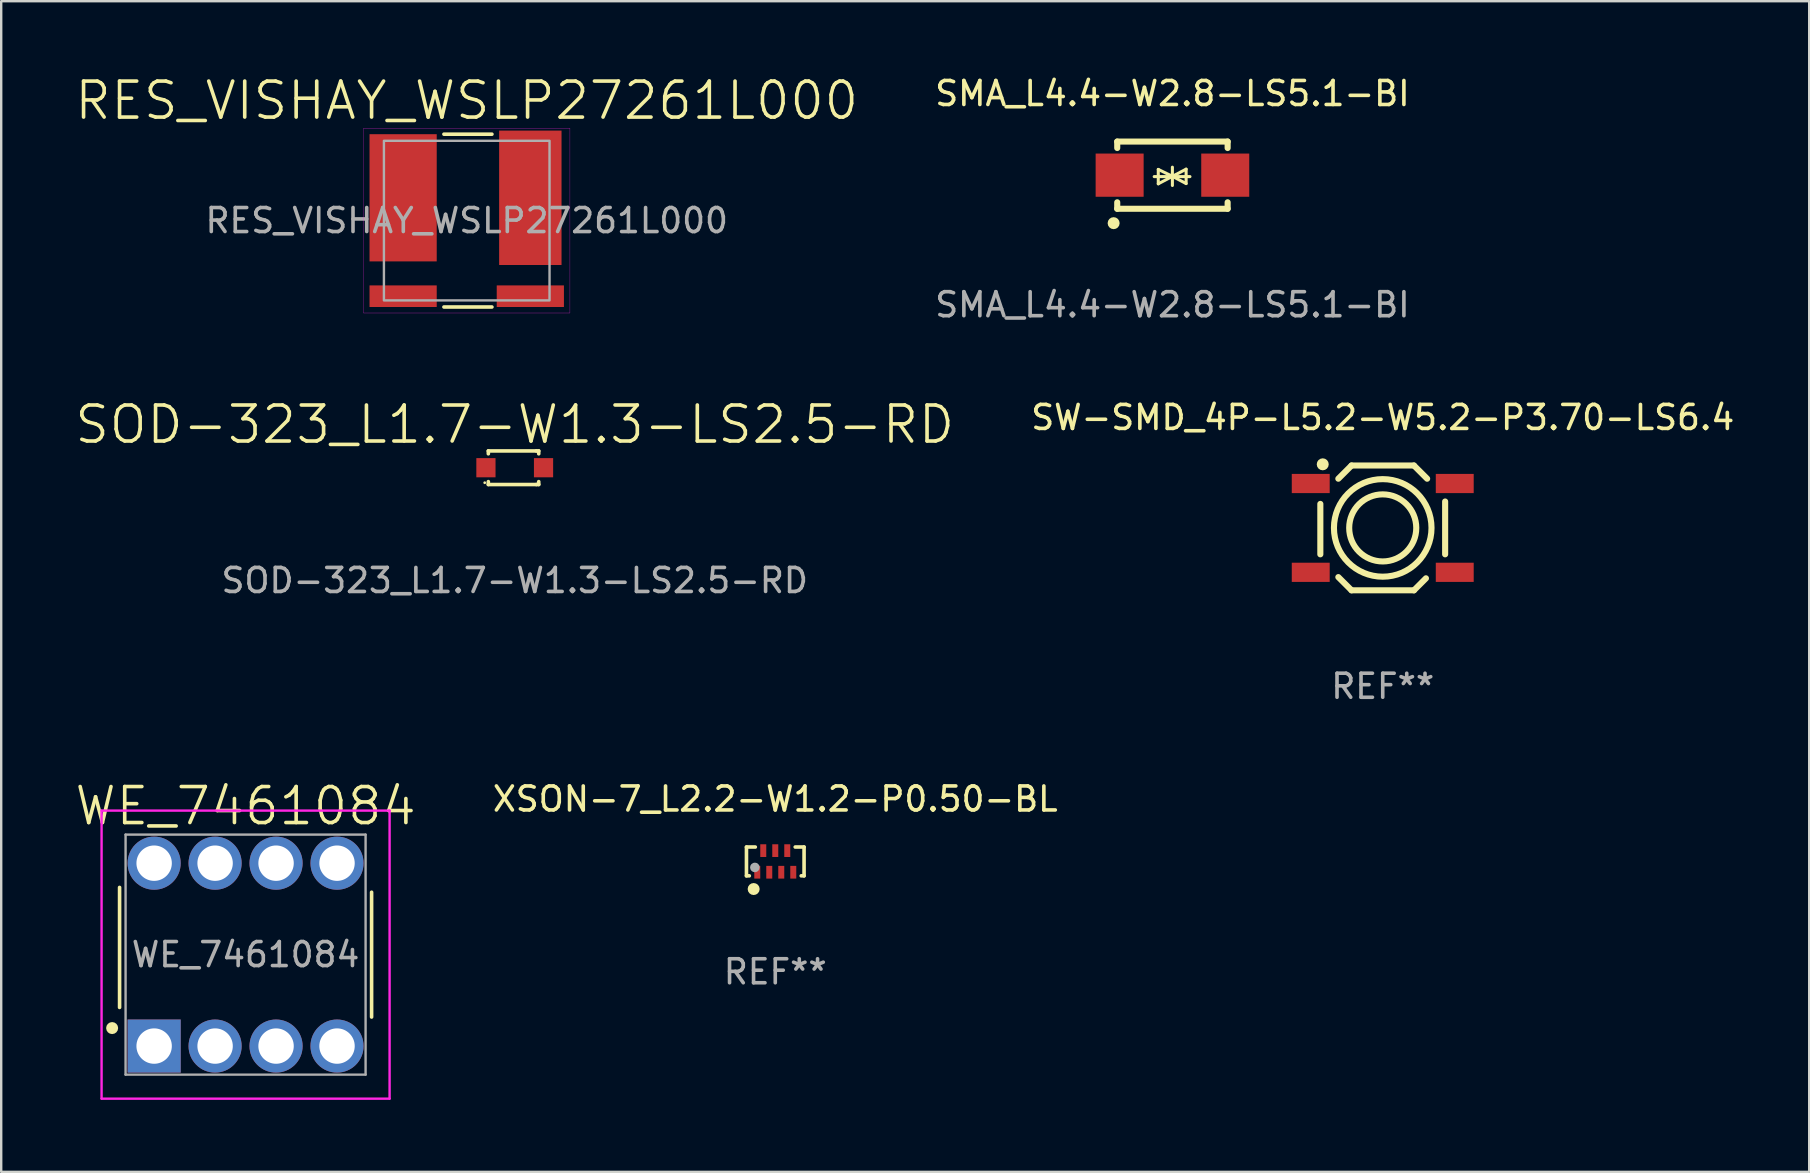
<source format=kicad_pcb>
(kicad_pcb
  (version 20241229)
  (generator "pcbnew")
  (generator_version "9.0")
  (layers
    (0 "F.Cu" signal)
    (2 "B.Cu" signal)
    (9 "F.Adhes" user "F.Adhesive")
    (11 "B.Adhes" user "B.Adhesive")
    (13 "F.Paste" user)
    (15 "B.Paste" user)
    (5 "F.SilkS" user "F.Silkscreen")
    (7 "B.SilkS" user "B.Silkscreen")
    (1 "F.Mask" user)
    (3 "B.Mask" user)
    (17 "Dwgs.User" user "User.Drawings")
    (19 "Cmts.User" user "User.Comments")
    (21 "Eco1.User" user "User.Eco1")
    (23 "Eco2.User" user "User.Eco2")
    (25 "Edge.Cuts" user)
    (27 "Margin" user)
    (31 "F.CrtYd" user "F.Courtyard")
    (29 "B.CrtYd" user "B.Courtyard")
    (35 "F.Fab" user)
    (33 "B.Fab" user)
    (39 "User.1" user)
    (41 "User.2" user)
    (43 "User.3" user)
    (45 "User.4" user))
  (footprint "SMA_L4.4-W2.8-LS5.1-BI"
    (layer "F.Cu")
    (at 45.799 4.248)
    (property "Reference" "SMA_L4.4-W2.8-LS5.1-BI" (at 0 -3.4 0) (layer "F.SilkS") (effects (font (size 1 1) (thickness 0.15))))
    (attr smd)
    (fp_line (start -2.3 -1.4) (end -2.3 -1.131) (stroke (width 0.254) (type solid)) (layer "F.SilkS"))
    (fp_line (start -2.3 -1.4) (end 2.3 -1.4) (stroke (width 0.254) (type solid)) (layer "F.SilkS"))
    (fp_line (start -2.3 1.131) (end -2.3 1.4) (stroke (width 0.254) (type solid)) (layer "F.SilkS"))
    (fp_line (start -2.3 1.4) (end 2.3 1.4) (stroke (width 0.254) (type solid)) (layer "F.SilkS"))
    (fp_line (start -0.76 0.06) (end 0.73 0.06) (stroke (width 0.127) (type solid)) (layer "F.SilkS"))
    (fp_line (start -0.59 -0.24) (end -0.59 0.36) (stroke (width 0.127) (type solid)) (layer "F.SilkS"))
    (fp_line (start -0.59 -0.24) (end -0.002 0.049) (stroke (width 0.127) (type solid)) (layer "F.SilkS"))
    (fp_line (start -0.59 0.36) (end -0.002 0.049) (stroke (width 0.127) (type solid)) (layer "F.SilkS"))
    (fp_line (start -0.002 0.049) (end -0.002 -0.332) (stroke (width 0.127) (type solid)) (layer "F.SilkS"))
    (fp_line (start -0.002 0.049) (end -0.002 0.43) (stroke (width 0.127) (type solid)) (layer "F.SilkS"))
    (fp_line (start 0.57 -0.25) (end -0.002 0.049) (stroke (width 0.127) (type solid)) (layer "F.SilkS"))
    (fp_line (start 0.57 -0.25) (end 0.57 0.35) (stroke (width 0.127) (type solid)) (layer "F.SilkS"))
    (fp_line (start 0.57 0.35) (end -0.002 0.049) (stroke (width 0.127) (type solid)) (layer "F.SilkS"))
    (fp_line (start 2.3 -1.4) (end 2.3 -1.131) (stroke (width 0.254) (type solid)) (layer "F.SilkS"))
    (fp_line (start 2.3 1.131) (end 2.3 1.4) (stroke (width 0.254) (type solid)) (layer "F.SilkS"))
    (fp_circle (center -2.45 2) (end -2.325 2) (stroke (width 0.25) (type solid)) (fill no) (layer "F.SilkS"))
    (fp_text user "${REFERENCE}" (at 0 5.4 0) (layer "F.Fab") (effects (font (size 1 1) (thickness 0.15))))
    (pad "1" smd rect (at -2.2 0) (size 2 1.8) (layers "F.Cu" "F.Mask" "F.Paste"))
    (pad "2" smd rect (at 2.2 0) (size 2 1.8) (layers "F.Cu" "F.Mask" "F.Paste")))
  (footprint "WE_7461084"
    (layer "F.Cu")
    (at 3.372 40.534)
    (property "Reference" "WE_7461084" (at 3.81 -10 0) (layer "F.SilkS") (effects (font (size 1.5 1.5) (thickness 0.15))))
    (attr through_hole)
    (fp_line (start -1.44 -6.61) (end -1.44 -1.61) (stroke (width 0.15) (type solid)) (layer "F.SilkS"))
    (fp_line (start 9.06 -6.41) (end 9.06 -1.21) (stroke (width 0.15) (type solid)) (layer "F.SilkS"))
    (fp_circle (center -1.75 -0.75) (end -1.625 -0.75) (stroke (width 0.25) (type solid)) (fill no) (layer "F.SilkS"))
    (fp_line (start -2.19 -9.81) (end 9.81 -9.81) (stroke (width 0.1) (type solid)) (layer "F.CrtYd"))
    (fp_line (start -2.19 2.19) (end -2.19 -9.81) (stroke (width 0.1) (type solid)) (layer "F.CrtYd"))
    (fp_line (start 9.81 -9.81) (end 9.81 2.19) (stroke (width 0.1) (type solid)) (layer "F.CrtYd"))
    (fp_line (start 9.81 2.19) (end -2.19 2.19) (stroke (width 0.1) (type solid)) (layer "F.CrtYd"))
    (fp_line (start -1.19 -8.81) (end 8.81 -8.81) (stroke (width 0.1) (type solid)) (layer "F.Fab"))
    (fp_line (start -1.19 1.19) (end -1.19 -8.81) (stroke (width 0.1) (type solid)) (layer "F.Fab"))
    (fp_line (start 8.81 -8.81) (end 8.81 1.19) (stroke (width 0.1) (type solid)) (layer "F.Fab"))
    (fp_line (start 8.81 1.19) (end -1.19 1.19) (stroke (width 0.1) (type solid)) (layer "F.Fab"))
    (fp_text user "${REFERENCE}" (at 3.81 -3.81 0) (layer "F.Fab") (effects (font (size 1 1) (thickness 0.15))))
    (pad "1" thru_hole circle (at 0 -7.62) (size 2.213 2.213) (drill 1.475) (layers "*.Cu" "*.Mask"))
    (pad "1" thru_hole rect (at 0 0) (size 2.213 2.213) (drill 1.475) (layers "*.Cu" "*.Mask"))
    (pad "1" thru_hole circle (at 2.54 -7.62) (size 2.213 2.213) (drill 1.475) (layers "*.Cu" "*.Mask"))
    (pad "1" thru_hole circle (at 2.54 0) (size 2.213 2.213) (drill 1.475) (layers "*.Cu" "*.Mask"))
    (pad "1" thru_hole circle (at 5.08 -7.62) (size 2.213 2.213) (drill 1.475) (layers "*.Cu" "*.Mask"))
    (pad "1" thru_hole circle (at 5.08 0) (size 2.213 2.213) (drill 1.475) (layers "*.Cu" "*.Mask"))
    (pad "1" thru_hole circle (at 7.62 -7.62) (size 2.213 2.213) (drill 1.475) (layers "*.Cu" "*.Mask"))
    (pad "1" thru_hole circle (at 7.62 0) (size 2.213 2.213) (drill 1.475) (layers "*.Cu" "*.Mask")))
  (footprint "SOD-323_L1.7-W1.3-LS2.5-RD"
    (layer "F.Cu")
    (at 18.396 16.437)
    (property "Reference" "SOD-323_L1.7-W1.3-LS2.5-RD" (at 0 -1.8 0) (layer "F.SilkS") (effects (font (size 1.5 1.5) (thickness 0.15))))
    (attr smd)
    (fp_line (start -1.1 -0.7) (end -1.1 -0.58) (stroke (width 0.15) (type solid)) (layer "F.SilkS"))
    (fp_line (start -1.1 0.58) (end -1.1 0.7) (stroke (width 0.15) (type solid)) (layer "F.SilkS"))
    (fp_line (start -1.1 0.7) (end 0.9 0.7) (stroke (width 0.15) (type solid)) (layer "F.SilkS"))
    (fp_line (start 0.9 -0.7) (end -1.1 -0.7) (stroke (width 0.15) (type solid)) (layer "F.SilkS"))
    (fp_line (start 0.9 0.7) (end 1 0.7) (stroke (width 0.15) (type solid)) (layer "F.SilkS"))
    (fp_line (start 1 -0.7) (end 0.9 -0.7) (stroke (width 0.15) (type solid)) (layer "F.SilkS"))
    (fp_line (start 1 -0.58) (end 1 -0.7) (stroke (width 0.15) (type solid)) (layer "F.SilkS"))
    (fp_line (start 1 0.7) (end 1 0.58) (stroke (width 0.15) (type solid)) (layer "F.SilkS"))
    (fp_circle (center -1.25 0.625) (end -1.22 0.625) (stroke (width 0.06) (type solid)) (fill no) (layer "F.SilkS"))
    (fp_text user "${REFERENCE}" (at 0 4.7 0) (layer "F.Fab") (effects (font (size 1 1) (thickness 0.15))))
    (pad "1" smd rect (at -1.2 0) (size 0.8 0.8) (layers "F.Cu" "F.Mask" "F.Paste"))
    (pad "2" smd rect (at 1.2 0) (size 0.8 0.8) (layers "F.Cu" "F.Mask" "F.Paste")))
  (footprint "XSON-7_L2.2-W1.2-P0.50-BL"
    (layer "F.Cu")
    (at 29.251 32.841)
    (property "Reference" "XSON-7_L2.2-W1.2-P0.50-BL" (at 0 -2.6 0) (layer "F.SilkS") (effects (font (size 1 1) (thickness 0.15))))
    (attr smd)
    (fp_line (start -1.2 -0.6) (end -1.2 0.6) (stroke (width 0.15) (type solid)) (layer "F.SilkS"))
    (fp_line (start -1.2 -0.6) (end -0.831 -0.6) (stroke (width 0.15) (type solid)) (layer "F.SilkS"))
    (fp_line (start -1.2 0.6) (end -1.081 0.6) (stroke (width 0.15) (type solid)) (layer "F.SilkS"))
    (fp_line (start 0.831 -0.6) (end 1.2 -0.6) (stroke (width 0.15) (type solid)) (layer "F.SilkS"))
    (fp_line (start 1.081 0.6) (end 1.2 0.6) (stroke (width 0.15) (type solid)) (layer "F.SilkS"))
    (fp_line (start 1.2 0.6) (end 1.2 -0.6) (stroke (width 0.15) (type solid)) (layer "F.SilkS"))
    (fp_circle (center -0.9 1.15) (end -0.775 1.15) (stroke (width 0.25) (type solid)) (fill no) (layer "F.SilkS"))
    (fp_circle (center -0.85 0.25) (end -0.75 0.25) (stroke (width 0.2) (type solid)) (fill no) (layer "F.Fab"))
    (fp_text user "REF**" (at 0 4.6 0) (layer "F.Fab") (effects (font (size 1 1) (thickness 0.15))))
    (pad "1" smd rect (at -0.75 0.45) (size 0.25 0.53) (layers "F.Cu" "F.Mask" "F.Paste"))
    (pad "2" smd rect (at -0.25 0.45) (size 0.25 0.53) (layers "F.Cu" "F.Mask" "F.Paste"))
    (pad "3" smd rect (at 0.25 0.45) (size 0.25 0.53) (layers "F.Cu" "F.Mask" "F.Paste"))
    (pad "4" smd rect (at 0.75 0.45) (size 0.25 0.53) (layers "F.Cu" "F.Mask" "F.Paste"))
    (pad "5" smd rect (at 0.5 -0.45) (size 0.25 0.53) (layers "F.Cu" "F.Mask" "F.Paste"))
    (pad "6" smd rect (at 0 -0.45) (size 0.25 0.53) (layers "F.Cu" "F.Mask" "F.Paste"))
    (pad "7" smd rect (at -0.5 -0.45) (size 0.25 0.53) (layers "F.Cu" "F.Mask" "F.Paste")))
  (footprint "RES_VISHAY_WSLP27261L000"
    (layer "F.Cu")
    (at 16.396 6.141)
    (property "Reference" "RES_VISHAY_WSLP27261L000" (at 0 -5 0) (layer "F.SilkS") (effects (font (size 1.5 1.5) (thickness 0.15))))
    (attr smd)
    (fp_line (start -0.95 -3.6) (end 1.05 -3.6) (stroke (width 0.15) (type default)) (layer "F.SilkS"))
    (fp_line (start 1.05 3.6) (end -0.95 3.6) (stroke (width 0.15) (type default)) (layer "F.SilkS"))
    (fp_rect (start -4.3 -3.85) (end 4.3 3.85) (stroke (width 0.01) (type default)) (fill no) (layer "F.CrtYd"))
    (fp_rect (start -3.45 -3.325) (end 3.45 3.325) (stroke (width 0.1) (type default)) (fill no) (layer "F.Fab"))
    (fp_text user "${REFERENCE}" (at 0 0 0) (layer "F.Fab") (effects (font (size 1 1) (thickness 0.15))))
    (pad "1" smd rect (at -2.65 -0.95) (size 2.8 5.3) (layers "F.Cu" "F.Mask" "F.Paste"))
    (pad "1" smd rect (at -2.65 3.15) (size 2.8 0.9) (layers "F.Cu" "F.Mask" "F.Paste"))
    (pad "2" smd rect (at 2.65 -0.95) (size 2.6 5.6) (layers "F.Cu" "F.Mask" "F.Paste"))
    (pad "2" smd rect (at 2.65 3.15) (size 2.8 0.9) (layers "F.Cu" "F.Mask" "F.Paste")))
  (footprint "SW-SMD_4P-L5.2-W5.2-P3.70-LS6.4"
    (layer "F.Cu")
    (at 54.561 18.945)
    (property "Reference" "SW-SMD_4P-L5.2-W5.2-P3.70-LS6.4" (at 0 -4.6 0) (layer "F.SilkS") (effects (font (size 1 1) (thickness 0.15))))
    (attr smd)
    (fp_line (start -2.6 -1) (end -2.6 1.1) (stroke (width 0.254) (type solid)) (layer "F.SilkS"))
    (fp_line (start -1.85 2.05) (end -1.3 2.6) (stroke (width 0.254) (type solid)) (layer "F.SilkS"))
    (fp_line (start -1.3 -2.6) (end -1.85 -2.05) (stroke (width 0.254) (type solid)) (layer "F.SilkS"))
    (fp_line (start -1.3 2.6) (end 1.3 2.6) (stroke (width 0.254) (type solid)) (layer "F.SilkS"))
    (fp_line (start 1.3 -2.6) (end -1.3 -2.6) (stroke (width 0.254) (type solid)) (layer "F.SilkS"))
    (fp_line (start 1.3 2.6) (end 1.8 2.1) (stroke (width 0.254) (type solid)) (layer "F.SilkS"))
    (fp_line (start 1.85 -2.05) (end 1.3 -2.6) (stroke (width 0.254) (type solid)) (layer "F.SilkS"))
    (fp_line (start 2.6 -1.1) (end 2.6 1.1) (stroke (width 0.254) (type solid)) (layer "F.SilkS"))
    (fp_circle (center -2.5 -2.65) (end -2.375 -2.65) (stroke (width 0.25) (type solid)) (fill no) (layer "F.SilkS"))
    (fp_circle (center -0.000254 0) (end 1.397 0) (stroke (width 0.254) (type solid)) (fill no) (layer "F.SilkS"))
    (fp_circle (center -0.000254 0) (end 2.032 0) (stroke (width 0.254) (type solid)) (fill no) (layer "F.SilkS"))
    (fp_text user "REF**" (at 0 6.6 0) (layer "F.Fab") (effects (font (size 1 1) (thickness 0.15))))
    (pad "1" smd rect (at -3 -1.85) (size 1.58 0.8) (layers "F.Cu" "F.Mask" "F.Paste"))
    (pad "2" smd rect (at 3 -1.85) (size 1.58 0.8) (layers "F.Cu" "F.Mask" "F.Paste"))
    (pad "3" smd rect (at -3 1.85) (size 1.58 0.8) (layers "F.Cu" "F.Mask" "F.Paste"))
    (pad "4" smd rect (at 3 1.85) (size 1.58 0.8) (layers "F.Cu" "F.Mask" "F.Paste")))
  (gr_rect
    (start -3 -3)
    (end 72.329 45.774)
    (stroke (width 0.1) (type default))
    (fill no)
    (layer "Edge.Cuts")))
</source>
